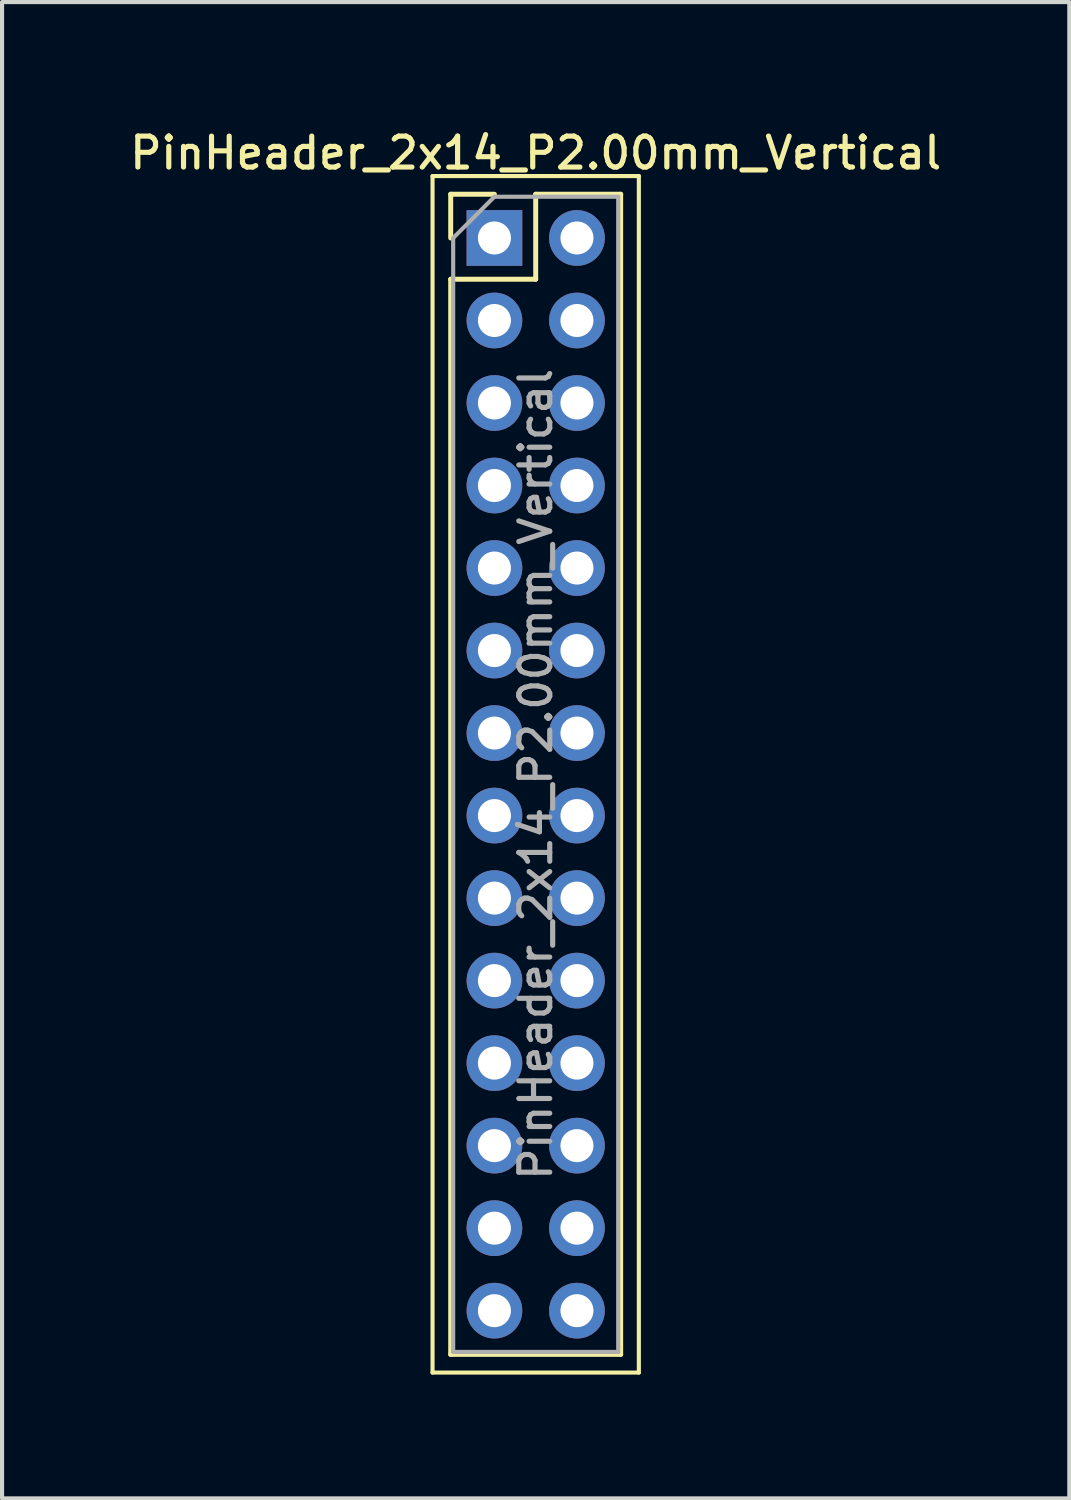
<source format=kicad_pcb>
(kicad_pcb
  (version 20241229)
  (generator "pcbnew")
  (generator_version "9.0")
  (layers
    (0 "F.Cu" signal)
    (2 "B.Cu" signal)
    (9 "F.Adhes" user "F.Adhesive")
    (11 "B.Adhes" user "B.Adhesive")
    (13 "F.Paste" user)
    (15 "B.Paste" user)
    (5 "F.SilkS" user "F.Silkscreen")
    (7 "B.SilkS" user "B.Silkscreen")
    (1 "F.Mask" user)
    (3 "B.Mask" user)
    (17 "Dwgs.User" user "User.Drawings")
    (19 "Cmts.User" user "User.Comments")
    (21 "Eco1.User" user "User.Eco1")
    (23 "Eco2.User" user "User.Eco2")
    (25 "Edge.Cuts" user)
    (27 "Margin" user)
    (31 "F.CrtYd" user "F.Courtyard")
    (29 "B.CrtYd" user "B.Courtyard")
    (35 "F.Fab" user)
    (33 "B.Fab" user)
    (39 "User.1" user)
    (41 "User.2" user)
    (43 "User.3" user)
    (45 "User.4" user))
  (footprint "PinHeader_2x14_P2.00mm_Vertical"
    (layer "F.Cu")
    (at 8.934 2.718)
    (property "Reference" "PinHeader_2x14_P2.00mm_Vertical" (at 1 -2.06 0) (layer "F.SilkS") (effects (font (size 0.75 0.75) (thickness 0.125))))
    (attr through_hole)
    (fp_line (start -1.5 -1.5) (end -1.5 27.5) (stroke (width 0.1) (type solid)) (layer "F.SilkS"))
    (fp_line (start -1.5 27.5) (end 3.5 27.5) (stroke (width 0.1) (type solid)) (layer "F.SilkS"))
    (fp_line (start -1.06 -1.06) (end 0 -1.06) (stroke (width 0.12) (type solid)) (layer "F.SilkS"))
    (fp_line (start -1.06 0) (end -1.06 -1.06) (stroke (width 0.12) (type solid)) (layer "F.SilkS"))
    (fp_line (start -1.06 1) (end -1.06 27.06) (stroke (width 0.12) (type solid)) (layer "F.SilkS"))
    (fp_line (start -1.06 1) (end 1 1) (stroke (width 0.12) (type solid)) (layer "F.SilkS"))
    (fp_line (start -1.06 27.06) (end 3.06 27.06) (stroke (width 0.12) (type solid)) (layer "F.SilkS"))
    (fp_line (start 1 -1.06) (end 3.06 -1.06) (stroke (width 0.12) (type solid)) (layer "F.SilkS"))
    (fp_line (start 1 1) (end 1 -1.06) (stroke (width 0.12) (type solid)) (layer "F.SilkS"))
    (fp_line (start 3.06 -1.06) (end 3.06 27.06) (stroke (width 0.12) (type solid)) (layer "F.SilkS"))
    (fp_line (start 3.5 -1.5) (end -1.5 -1.5) (stroke (width 0.1) (type solid)) (layer "F.SilkS"))
    (fp_line (start 3.5 27.5) (end 3.5 -1.5) (stroke (width 0.1) (type solid)) (layer "F.SilkS"))
    (fp_line (start -1 0) (end 0 -1) (stroke (width 0.1) (type solid)) (layer "F.Fab"))
    (fp_line (start -1 27) (end -1 0) (stroke (width 0.1) (type solid)) (layer "F.Fab"))
    (fp_line (start 0 -1) (end 3 -1) (stroke (width 0.1) (type solid)) (layer "F.Fab"))
    (fp_line (start 3 -1) (end 3 27) (stroke (width 0.1) (type solid)) (layer "F.Fab"))
    (fp_line (start 3 27) (end -1 27) (stroke (width 0.1) (type solid)) (layer "F.Fab"))
    (fp_text user "${REFERENCE}" (at 1 13 90) (layer "F.Fab") (effects (font (size 0.75 0.75) (thickness 0.125))))
    (pad "1" thru_hole rect (at 0 0) (size 1.35 1.35) (drill 0.8) (layers "*.Cu" "*.Mask"))
    (pad "2" thru_hole oval (at 2 0) (size 1.35 1.35) (drill 0.8) (layers "*.Cu" "*.Mask"))
    (pad "3" thru_hole oval (at 0 2) (size 1.35 1.35) (drill 0.8) (layers "*.Cu" "*.Mask"))
    (pad "4" thru_hole oval (at 2 2) (size 1.35 1.35) (drill 0.8) (layers "*.Cu" "*.Mask"))
    (pad "5" thru_hole oval (at 0 4) (size 1.35 1.35) (drill 0.8) (layers "*.Cu" "*.Mask"))
    (pad "6" thru_hole oval (at 2 4) (size 1.35 1.35) (drill 0.8) (layers "*.Cu" "*.Mask"))
    (pad "7" thru_hole oval (at 0 6) (size 1.35 1.35) (drill 0.8) (layers "*.Cu" "*.Mask"))
    (pad "8" thru_hole oval (at 2 6) (size 1.35 1.35) (drill 0.8) (layers "*.Cu" "*.Mask"))
    (pad "9" thru_hole oval (at 0 8) (size 1.35 1.35) (drill 0.8) (layers "*.Cu" "*.Mask"))
    (pad "10" thru_hole oval (at 2 8) (size 1.35 1.35) (drill 0.8) (layers "*.Cu" "*.Mask"))
    (pad "11" thru_hole oval (at 0 10) (size 1.35 1.35) (drill 0.8) (layers "*.Cu" "*.Mask"))
    (pad "12" thru_hole oval (at 2 10) (size 1.35 1.35) (drill 0.8) (layers "*.Cu" "*.Mask"))
    (pad "13" thru_hole oval (at 0 12) (size 1.35 1.35) (drill 0.8) (layers "*.Cu" "*.Mask"))
    (pad "14" thru_hole oval (at 2 12) (size 1.35 1.35) (drill 0.8) (layers "*.Cu" "*.Mask"))
    (pad "15" thru_hole oval (at 0 14) (size 1.35 1.35) (drill 0.8) (layers "*.Cu" "*.Mask"))
    (pad "16" thru_hole oval (at 2 14) (size 1.35 1.35) (drill 0.8) (layers "*.Cu" "*.Mask"))
    (pad "17" thru_hole oval (at 0 16) (size 1.35 1.35) (drill 0.8) (layers "*.Cu" "*.Mask"))
    (pad "18" thru_hole oval (at 2 16) (size 1.35 1.35) (drill 0.8) (layers "*.Cu" "*.Mask"))
    (pad "19" thru_hole oval (at 0 18) (size 1.35 1.35) (drill 0.8) (layers "*.Cu" "*.Mask"))
    (pad "20" thru_hole oval (at 2 18) (size 1.35 1.35) (drill 0.8) (layers "*.Cu" "*.Mask"))
    (pad "21" thru_hole oval (at 0 20) (size 1.35 1.35) (drill 0.8) (layers "*.Cu" "*.Mask"))
    (pad "22" thru_hole oval (at 2 20) (size 1.35 1.35) (drill 0.8) (layers "*.Cu" "*.Mask"))
    (pad "23" thru_hole oval (at 0 22) (size 1.35 1.35) (drill 0.8) (layers "*.Cu" "*.Mask"))
    (pad "24" thru_hole oval (at 2 22) (size 1.35 1.35) (drill 0.8) (layers "*.Cu" "*.Mask"))
    (pad "25" thru_hole oval (at 0 24) (size 1.35 1.35) (drill 0.8) (layers "*.Cu" "*.Mask"))
    (pad "26" thru_hole oval (at 2 24) (size 1.35 1.35) (drill 0.8) (layers "*.Cu" "*.Mask"))
    (pad "27" thru_hole oval (at 0 26) (size 1.35 1.35) (drill 0.8) (layers "*.Cu" "*.Mask"))
    (pad "28" thru_hole oval (at 2 26) (size 1.35 1.35) (drill 0.8) (layers "*.Cu" "*.Mask")))
  (gr_rect
    (start -3 -3)
    (end 22.868 33.268)
    (stroke (width 0.1) (type default))
    (fill no)
    (layer "Edge.Cuts")))
</source>
